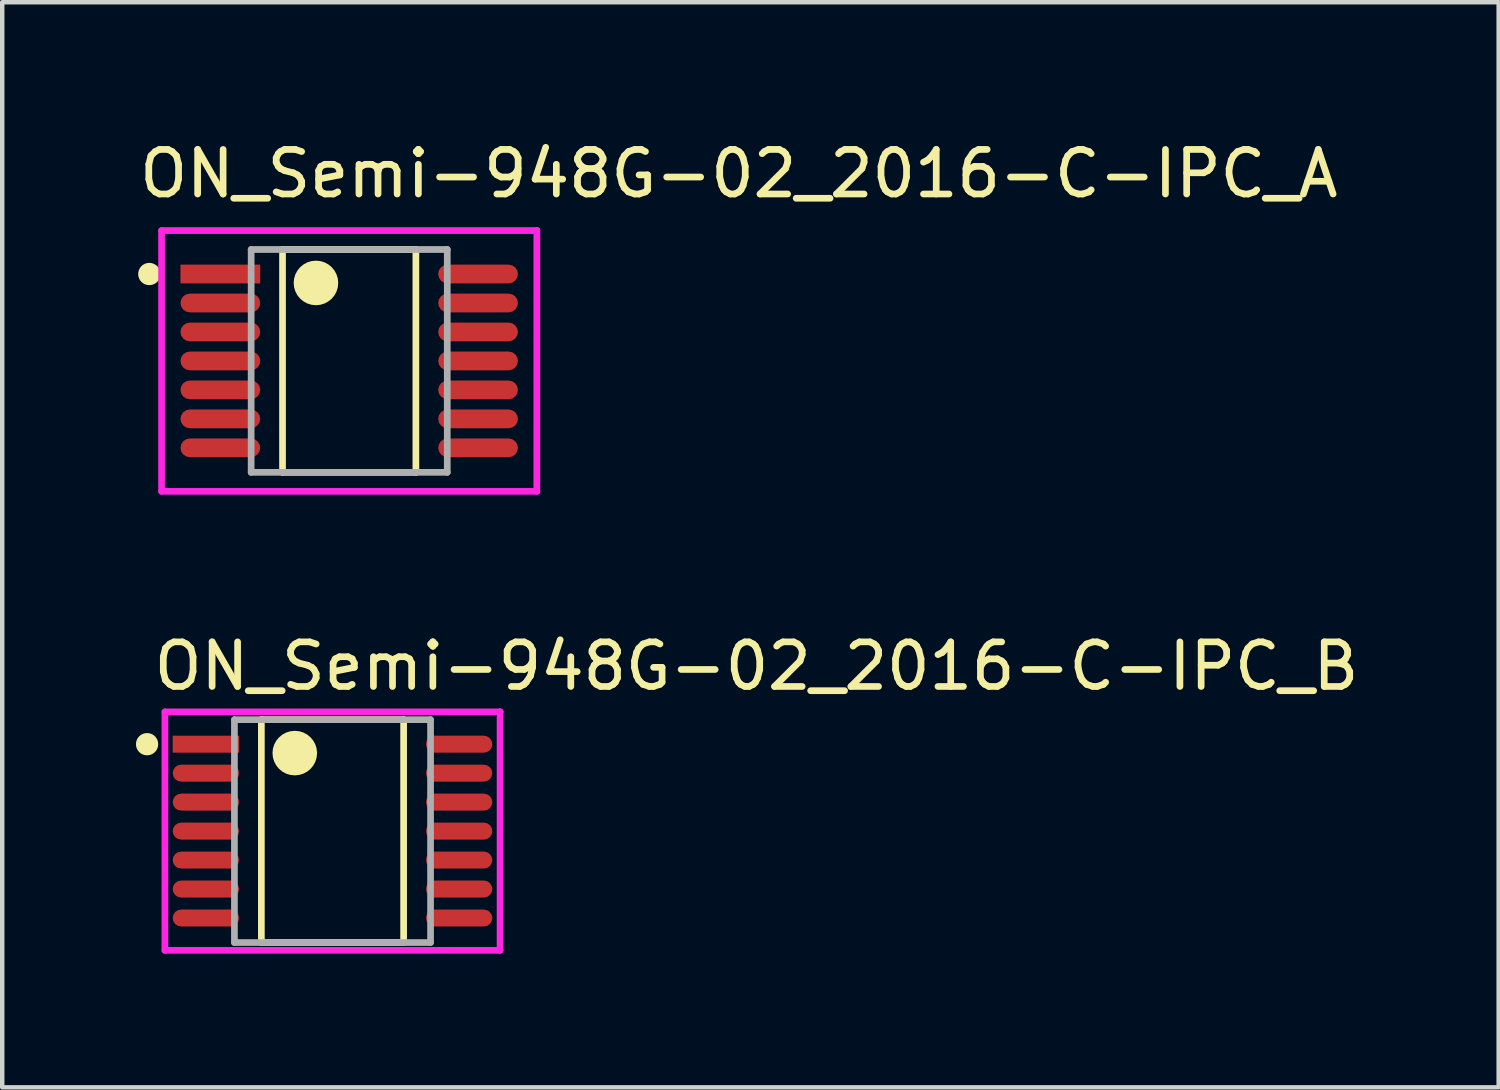
<source format=kicad_pcb>
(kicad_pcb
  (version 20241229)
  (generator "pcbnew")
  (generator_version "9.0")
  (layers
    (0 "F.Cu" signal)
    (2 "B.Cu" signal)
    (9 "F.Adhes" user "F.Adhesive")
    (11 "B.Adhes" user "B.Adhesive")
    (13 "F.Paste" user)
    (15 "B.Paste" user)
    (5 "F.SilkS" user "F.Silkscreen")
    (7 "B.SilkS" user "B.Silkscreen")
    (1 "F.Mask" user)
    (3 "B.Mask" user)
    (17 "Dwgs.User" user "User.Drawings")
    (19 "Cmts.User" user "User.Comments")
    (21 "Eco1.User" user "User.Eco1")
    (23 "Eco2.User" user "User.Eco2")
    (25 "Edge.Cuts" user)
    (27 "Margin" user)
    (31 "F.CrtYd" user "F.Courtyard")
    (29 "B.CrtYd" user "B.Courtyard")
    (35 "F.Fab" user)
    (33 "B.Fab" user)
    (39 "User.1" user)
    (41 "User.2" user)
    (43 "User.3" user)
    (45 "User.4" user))
  (footprint "ON_Semi-948G-02_2016-C-IPC_B"
    (layer "F.Cu")
    (at 4.41 15.597)
    (property "Reference" "ON_Semi-948G-02_2016-C-IPC_B" (at -4.085 -3.7 0) (layer "F.SilkS") (effects (font (size 1 1) (thickness 0.15)) (justify left)))
    (attr through_hole)
    (fp_line (start -1.596 -2.5) (end 1.596 -2.5) (stroke (width 0.15) (type solid)) (layer "F.SilkS"))
    (fp_line (start -1.596 2.5) (end -1.596 -2.5) (stroke (width 0.15) (type solid)) (layer "F.SilkS"))
    (fp_line (start 1.596 -2.5) (end 1.596 2.5) (stroke (width 0.15) (type solid)) (layer "F.SilkS"))
    (fp_line (start 1.596 2.5) (end -1.596 2.5) (stroke (width 0.15) (type solid)) (layer "F.SilkS"))
    (fp_circle (center -4.16 -1.95) (end -4.035 -1.95) (stroke (width 0.25) (type solid)) (fill no) (layer "F.SilkS"))
    (fp_circle (center -0.846 -1.75) (end -0.596 -1.75) (stroke (width 0.5) (type solid)) (fill no) (layer "F.SilkS"))
    (fp_line (start -3.76 -2.675) (end -3.76 2.675) (stroke (width 0.15) (type solid)) (layer "F.CrtYd"))
    (fp_line (start -3.76 2.675) (end 3.76 2.675) (stroke (width 0.15) (type solid)) (layer "F.CrtYd"))
    (fp_line (start 3.76 -2.675) (end -3.76 -2.675) (stroke (width 0.15) (type solid)) (layer "F.CrtYd"))
    (fp_line (start 3.76 -2.675) (end 3.76 -2.675) (stroke (width 0.15) (type solid)) (layer "F.CrtYd"))
    (fp_line (start 3.76 2.675) (end 3.76 -2.675) (stroke (width 0.15) (type solid)) (layer "F.CrtYd"))
    (fp_line (start -2.2 -2.5) (end 2.2 -2.5) (stroke (width 0.15) (type solid)) (layer "F.Fab"))
    (fp_line (start -2.2 2.5) (end -2.2 -2.5) (stroke (width 0.15) (type solid)) (layer "F.Fab"))
    (fp_line (start 2.2 -2.5) (end 2.2 2.5) (stroke (width 0.15) (type solid)) (layer "F.Fab"))
    (fp_line (start 2.2 2.5) (end -2.2 2.5) (stroke (width 0.15) (type solid)) (layer "F.Fab"))
    (pad "1" smd rect (at -2.841 -1.95) (size 1.489 0.381) (layers "F.Cu" "F.Mask" "F.Paste"))
    (pad "2" smd roundrect (at -2.841 -1.3) (size 1.489 0.381) (layers "F.Cu" "F.Mask" "F.Paste") (roundrect_rratio 0.5))
    (pad "3" smd roundrect (at -2.841 -0.65) (size 1.489 0.381) (layers "F.Cu" "F.Mask" "F.Paste") (roundrect_rratio 0.5))
    (pad "4" smd roundrect (at -2.841 0) (size 1.489 0.381) (layers "F.Cu" "F.Mask" "F.Paste") (roundrect_rratio 0.5))
    (pad "5" smd roundrect (at -2.841 0.65) (size 1.489 0.381) (layers "F.Cu" "F.Mask" "F.Paste") (roundrect_rratio 0.5))
    (pad "6" smd roundrect (at -2.841 1.3) (size 1.489 0.381) (layers "F.Cu" "F.Mask" "F.Paste") (roundrect_rratio 0.5))
    (pad "7" smd roundrect (at -2.841 1.95) (size 1.489 0.381) (layers "F.Cu" "F.Mask" "F.Paste") (roundrect_rratio 0.5))
    (pad "8" smd roundrect (at 2.841 1.95) (size 1.489 0.381) (layers "F.Cu" "F.Mask" "F.Paste") (roundrect_rratio 0.5))
    (pad "9" smd roundrect (at 2.841 1.3) (size 1.489 0.381) (layers "F.Cu" "F.Mask" "F.Paste") (roundrect_rratio 0.5))
    (pad "10" smd roundrect (at 2.841 0.65) (size 1.489 0.381) (layers "F.Cu" "F.Mask" "F.Paste") (roundrect_rratio 0.5))
    (pad "11" smd roundrect (at 2.841 0) (size 1.489 0.381) (layers "F.Cu" "F.Mask" "F.Paste") (roundrect_rratio 0.5))
    (pad "12" smd roundrect (at 2.841 -0.65) (size 1.489 0.381) (layers "F.Cu" "F.Mask" "F.Paste") (roundrect_rratio 0.5))
    (pad "13" smd roundrect (at 2.841 -1.3) (size 1.489 0.381) (layers "F.Cu" "F.Mask" "F.Paste") (roundrect_rratio 0.5))
    (pad "14" smd roundrect (at 2.841 -1.95) (size 1.489 0.381) (layers "F.Cu" "F.Mask" "F.Paste") (roundrect_rratio 0.5)))
  (footprint "ON_Semi-948G-02_2016-C-IPC_A"
    (layer "F.Cu")
    (at 4.785 5.048)
    (property "Reference" "ON_Semi-948G-02_2016-C-IPC_A" (at -4.785 -4.2 0) (layer "F.SilkS") (effects (font (size 1 1) (thickness 0.15)) (justify left)))
    (attr through_hole)
    (fp_line (start -1.496 -2.5) (end 1.496 -2.5) (stroke (width 0.15) (type solid)) (layer "F.SilkS"))
    (fp_line (start -1.496 2.5) (end -1.496 -2.5) (stroke (width 0.15) (type solid)) (layer "F.SilkS"))
    (fp_line (start 1.496 -2.5) (end 1.496 2.5) (stroke (width 0.15) (type solid)) (layer "F.SilkS"))
    (fp_line (start 1.496 2.5) (end -1.496 2.5) (stroke (width 0.15) (type solid)) (layer "F.SilkS"))
    (fp_circle (center -4.485 -1.95) (end -4.36 -1.95) (stroke (width 0.25) (type solid)) (fill no) (layer "F.SilkS"))
    (fp_circle (center -0.746 -1.75) (end -0.496 -1.75) (stroke (width 0.5) (type solid)) (fill no) (layer "F.SilkS"))
    (fp_line (start -4.21 -2.925) (end -4.21 2.925) (stroke (width 0.15) (type solid)) (layer "F.CrtYd"))
    (fp_line (start -4.21 2.925) (end 4.21 2.925) (stroke (width 0.15) (type solid)) (layer "F.CrtYd"))
    (fp_line (start 4.21 -2.925) (end -4.21 -2.925) (stroke (width 0.15) (type solid)) (layer "F.CrtYd"))
    (fp_line (start 4.21 -2.925) (end 4.21 -2.925) (stroke (width 0.15) (type solid)) (layer "F.CrtYd"))
    (fp_line (start 4.21 2.925) (end 4.21 -2.925) (stroke (width 0.15) (type solid)) (layer "F.CrtYd"))
    (fp_line (start -2.2 -2.5) (end 2.2 -2.5) (stroke (width 0.15) (type solid)) (layer "F.Fab"))
    (fp_line (start -2.2 2.5) (end -2.2 -2.5) (stroke (width 0.15) (type solid)) (layer "F.Fab"))
    (fp_line (start 2.2 -2.5) (end 2.2 2.5) (stroke (width 0.15) (type solid)) (layer "F.Fab"))
    (fp_line (start 2.2 2.5) (end -2.2 2.5) (stroke (width 0.15) (type solid)) (layer "F.Fab"))
    (pad "1" smd rect (at -2.891 -1.95) (size 1.789 0.421) (layers "F.Cu" "F.Mask" "F.Paste"))
    (pad "2" smd roundrect (at -2.891 -1.3) (size 1.789 0.421) (layers "F.Cu" "F.Mask" "F.Paste") (roundrect_rratio 0.5))
    (pad "3" smd roundrect (at -2.891 -0.65) (size 1.789 0.421) (layers "F.Cu" "F.Mask" "F.Paste") (roundrect_rratio 0.5))
    (pad "4" smd roundrect (at -2.891 0) (size 1.789 0.421) (layers "F.Cu" "F.Mask" "F.Paste") (roundrect_rratio 0.5))
    (pad "5" smd roundrect (at -2.891 0.65) (size 1.789 0.421) (layers "F.Cu" "F.Mask" "F.Paste") (roundrect_rratio 0.5))
    (pad "6" smd roundrect (at -2.891 1.3) (size 1.789 0.421) (layers "F.Cu" "F.Mask" "F.Paste") (roundrect_rratio 0.5))
    (pad "7" smd roundrect (at -2.891 1.95) (size 1.789 0.421) (layers "F.Cu" "F.Mask" "F.Paste") (roundrect_rratio 0.5))
    (pad "8" smd roundrect (at 2.891 1.95) (size 1.789 0.421) (layers "F.Cu" "F.Mask" "F.Paste") (roundrect_rratio 0.5))
    (pad "9" smd roundrect (at 2.891 1.3) (size 1.789 0.421) (layers "F.Cu" "F.Mask" "F.Paste") (roundrect_rratio 0.5))
    (pad "10" smd roundrect (at 2.891 0.65) (size 1.789 0.421) (layers "F.Cu" "F.Mask" "F.Paste") (roundrect_rratio 0.5))
    (pad "11" smd roundrect (at 2.891 0) (size 1.789 0.421) (layers "F.Cu" "F.Mask" "F.Paste") (roundrect_rratio 0.5))
    (pad "12" smd roundrect (at 2.891 -0.65) (size 1.789 0.421) (layers "F.Cu" "F.Mask" "F.Paste") (roundrect_rratio 0.5))
    (pad "13" smd roundrect (at 2.891 -1.3) (size 1.789 0.421) (layers "F.Cu" "F.Mask" "F.Paste") (roundrect_rratio 0.5))
    (pad "14" smd roundrect (at 2.891 -1.95) (size 1.789 0.421) (layers "F.Cu" "F.Mask" "F.Paste") (roundrect_rratio 0.5)))
  (gr_rect
    (start -3 -3)
    (end 30.575 21.346)
    (stroke (width 0.1) (type default))
    (fill no)
    (layer "Edge.Cuts")))
</source>
